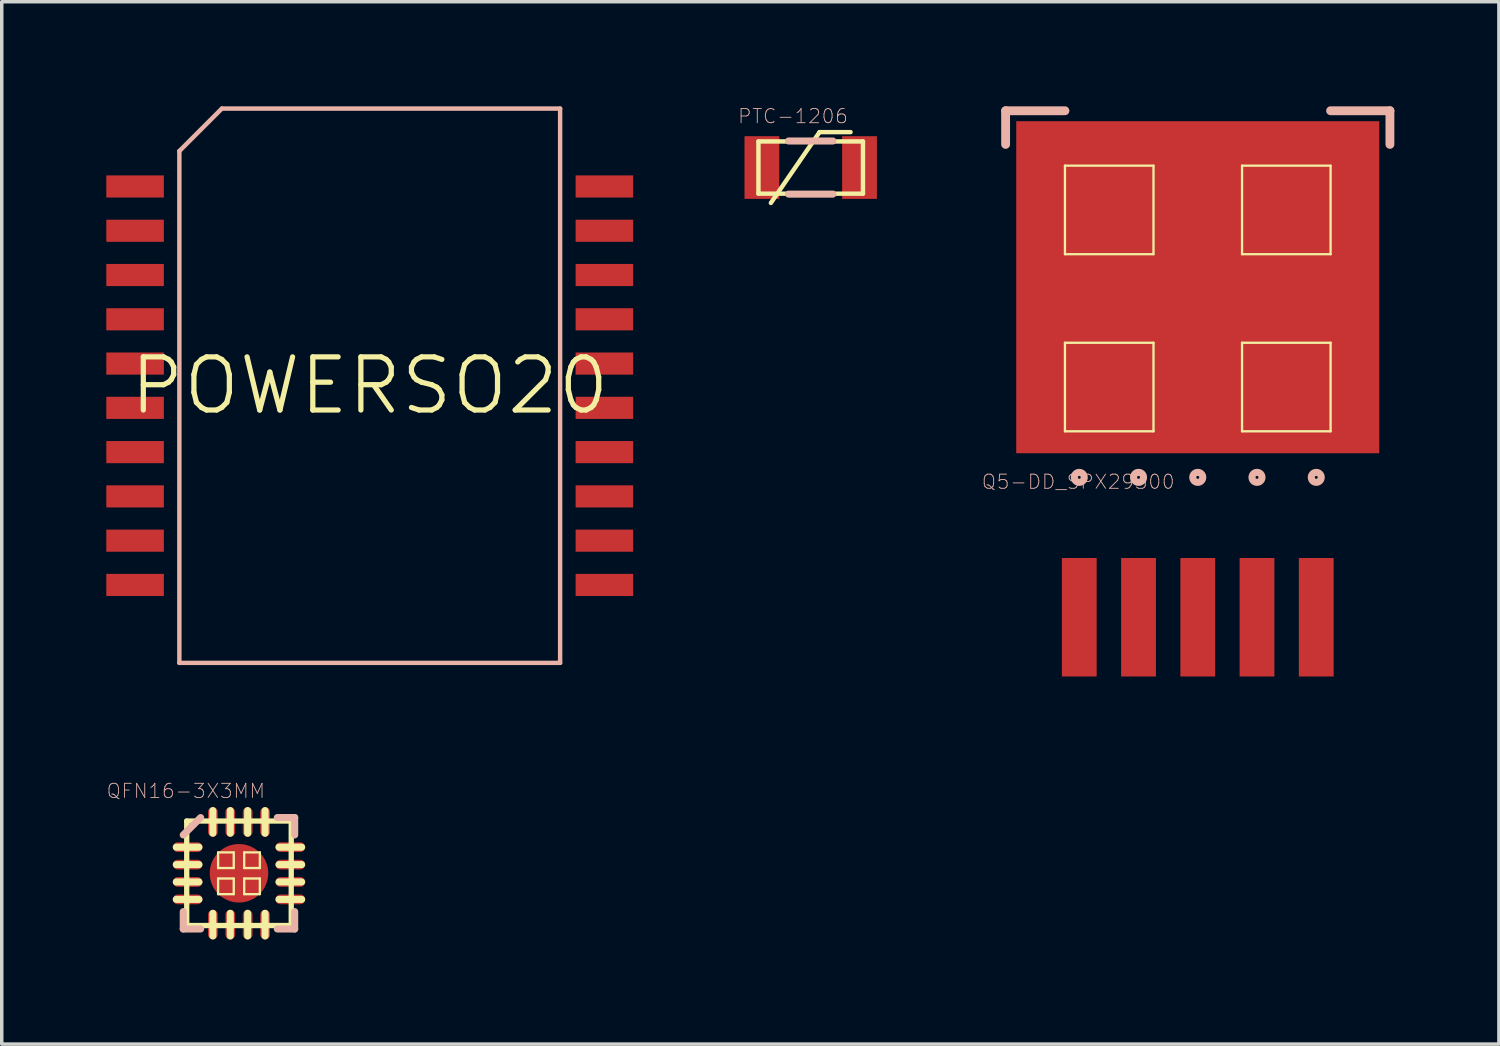
<source format=kicad_pcb>
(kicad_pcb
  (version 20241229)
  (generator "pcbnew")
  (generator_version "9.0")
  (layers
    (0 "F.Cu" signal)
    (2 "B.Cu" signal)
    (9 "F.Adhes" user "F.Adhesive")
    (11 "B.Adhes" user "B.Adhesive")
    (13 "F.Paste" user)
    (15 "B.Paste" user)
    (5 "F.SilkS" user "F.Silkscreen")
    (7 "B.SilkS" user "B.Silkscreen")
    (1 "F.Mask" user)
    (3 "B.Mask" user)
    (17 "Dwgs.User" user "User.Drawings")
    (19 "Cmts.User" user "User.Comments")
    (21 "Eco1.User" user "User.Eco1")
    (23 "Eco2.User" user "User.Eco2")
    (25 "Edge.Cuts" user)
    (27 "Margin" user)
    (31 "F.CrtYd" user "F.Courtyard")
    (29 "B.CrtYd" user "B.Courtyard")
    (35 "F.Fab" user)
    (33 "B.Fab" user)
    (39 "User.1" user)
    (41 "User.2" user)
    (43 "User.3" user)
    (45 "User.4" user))
  (footprint "POWERSO20"
    (layer "F.Cu")
    (at 7.556 8.014)
    (property "Reference" "POWERSO20" (at 0 0 0) (layer "F.SilkS") (effects (font (size 1.524 1.524) (thickness 0.15))))
    (attr smd)
    (fp_line (start -5.461 -6.731) (end -5.461 7.95) (stroke (width 0.127) (type solid)) (layer "B.SilkS"))
    (fp_line (start -5.461 -6.731) (end -4.242 -7.95) (stroke (width 0.127) (type solid)) (layer "B.SilkS"))
    (fp_line (start -5.461 7.95) (end 5.461 7.95) (stroke (width 0.127) (type solid)) (layer "B.SilkS"))
    (fp_line (start 5.461 -7.95) (end -4.242 -7.95) (stroke (width 0.127) (type solid)) (layer "B.SilkS"))
    (fp_line (start 5.461 -7.95) (end 5.461 7.95) (stroke (width 0.127) (type solid)) (layer "B.SilkS"))
    (pad "1" smd rect (at -6.731 -5.715) (size 1.651 0.635) (layers "F.Cu" "F.Mask" "F.Paste"))
    (pad "2" smd rect (at -6.731 -4.445) (size 1.651 0.635) (layers "F.Cu" "F.Mask" "F.Paste"))
    (pad "3" smd rect (at -6.731 -3.175) (size 1.651 0.635) (layers "F.Cu" "F.Mask" "F.Paste"))
    (pad "4" smd rect (at -6.731 -1.905) (size 1.651 0.635) (layers "F.Cu" "F.Mask" "F.Paste"))
    (pad "5" smd rect (at -6.731 -0.635) (size 1.651 0.635) (layers "F.Cu" "F.Mask" "F.Paste"))
    (pad "6" smd rect (at -6.731 0.635) (size 1.651 0.635) (layers "F.Cu" "F.Mask" "F.Paste"))
    (pad "7" smd rect (at -6.731 1.905) (size 1.651 0.635) (layers "F.Cu" "F.Mask" "F.Paste"))
    (pad "8" smd rect (at -6.731 3.175) (size 1.651 0.635) (layers "F.Cu" "F.Mask" "F.Paste"))
    (pad "9" smd rect (at -6.731 4.445) (size 1.651 0.635) (layers "F.Cu" "F.Mask" "F.Paste"))
    (pad "10" smd rect (at -6.731 5.715) (size 1.651 0.635) (layers "F.Cu" "F.Mask" "F.Paste"))
    (pad "11" smd rect (at 6.731 5.715) (size 1.651 0.635) (layers "F.Cu" "F.Mask" "F.Paste"))
    (pad "12" smd rect (at 6.731 4.445) (size 1.651 0.635) (layers "F.Cu" "F.Mask" "F.Paste"))
    (pad "13" smd rect (at 6.731 3.175) (size 1.651 0.635) (layers "F.Cu" "F.Mask" "F.Paste"))
    (pad "14" smd rect (at 6.731 1.905) (size 1.651 0.635) (layers "F.Cu" "F.Mask" "F.Paste"))
    (pad "15" smd rect (at 6.731 0.635) (size 1.651 0.635) (layers "F.Cu" "F.Mask" "F.Paste"))
    (pad "16" smd rect (at 6.731 -0.635) (size 1.651 0.635) (layers "F.Cu" "F.Mask" "F.Paste"))
    (pad "17" smd rect (at 6.731 -1.905) (size 1.651 0.635) (layers "F.Cu" "F.Mask" "F.Paste"))
    (pad "18" smd rect (at 6.731 -3.175) (size 1.651 0.635) (layers "F.Cu" "F.Mask" "F.Paste"))
    (pad "19" smd rect (at 6.731 -4.445) (size 1.651 0.635) (layers "F.Cu" "F.Mask" "F.Paste"))
    (pad "20" smd rect (at 6.731 -5.715) (size 1.651 0.635) (layers "F.Cu" "F.Mask" "F.Paste")))
  (footprint "PTC-1206"
    (layer "F.Cu")
    (at 20.205 1.756)
    (property "Reference" "PTC-1206" (at -0.508 -1.473 0) (layer "B.SilkS") (effects (font (size 0.406 0.406) (thickness 0.025))))
    (attr smd)
    (fp_line (start -1.499 -0.749) (end 1.499 -0.749) (stroke (width 0.127) (type solid)) (layer "F.SilkS"))
    (fp_line (start -1.499 0.749) (end -1.499 -0.749) (stroke (width 0.127) (type solid)) (layer "F.SilkS"))
    (fp_line (start -1.143 1.016) (end 0.254 -1.016) (stroke (width 0.127) (type solid)) (layer "F.SilkS"))
    (fp_line (start 0.254 -1.016) (end 1.143 -1.016) (stroke (width 0.127) (type solid)) (layer "F.SilkS"))
    (fp_line (start 1.499 -0.749) (end 1.499 0.749) (stroke (width 0.127) (type solid)) (layer "F.SilkS"))
    (fp_line (start 1.499 0.749) (end -1.499 0.749) (stroke (width 0.127) (type solid)) (layer "F.SilkS"))
    (fp_line (start -0.635 -0.762) (end 0.635 -0.762) (stroke (width 0.203) (type solid)) (layer "B.SilkS"))
    (fp_line (start 0.635 0.762) (end -0.635 0.762) (stroke (width 0.203) (type solid)) (layer "B.SilkS"))
    (pad "1" smd rect (at -1.4 0) (size 0.998 1.798) (layers "F.Cu" "F.Mask" "F.Paste"))
    (pad "2" smd rect (at 1.4 0) (size 0.998 1.798) (layers "F.Cu" "F.Mask" "F.Paste")))
  (footprint "Q5-DD_SPX29300"
    (layer "F.Cu")
    (at 31.308 6.782)
    (property "Reference" "Q5-DD_SPX29300" (at -3.429 3.988 0) (layer "B.SilkS") (effects (font (size 0.406 0.406) (thickness 0.025))))
    (attr smd)
    (fp_line (start -3.81 -5.08) (end -1.27 -5.08) (stroke (width 0.066) (type solid)) (layer "F.SilkS"))
    (fp_line (start -3.81 -2.54) (end -3.81 -5.08) (stroke (width 0.066) (type solid)) (layer "F.SilkS"))
    (fp_line (start -3.81 -2.54) (end -1.27 -2.54) (stroke (width 0.066) (type solid)) (layer "F.SilkS"))
    (fp_line (start -3.81 0) (end -1.27 0) (stroke (width 0.066) (type solid)) (layer "F.SilkS"))
    (fp_line (start -3.81 2.54) (end -3.81 0) (stroke (width 0.066) (type solid)) (layer "F.SilkS"))
    (fp_line (start -3.81 2.54) (end -1.27 2.54) (stroke (width 0.066) (type solid)) (layer "F.SilkS"))
    (fp_line (start -1.27 -2.54) (end -1.27 -5.08) (stroke (width 0.066) (type solid)) (layer "F.SilkS"))
    (fp_line (start -1.27 2.54) (end -1.27 0) (stroke (width 0.066) (type solid)) (layer "F.SilkS"))
    (fp_line (start 1.27 -5.08) (end 3.81 -5.08) (stroke (width 0.066) (type solid)) (layer "F.SilkS"))
    (fp_line (start 1.27 -2.54) (end 1.27 -5.08) (stroke (width 0.066) (type solid)) (layer "F.SilkS"))
    (fp_line (start 1.27 -2.54) (end 3.81 -2.54) (stroke (width 0.066) (type solid)) (layer "F.SilkS"))
    (fp_line (start 1.27 0) (end 3.81 0) (stroke (width 0.066) (type solid)) (layer "F.SilkS"))
    (fp_line (start 1.27 2.54) (end 1.27 0) (stroke (width 0.066) (type solid)) (layer "F.SilkS"))
    (fp_line (start 1.27 2.54) (end 3.81 2.54) (stroke (width 0.066) (type solid)) (layer "F.SilkS"))
    (fp_line (start 3.81 -2.54) (end 3.81 -5.08) (stroke (width 0.066) (type solid)) (layer "F.SilkS"))
    (fp_line (start 3.81 2.54) (end 3.81 0) (stroke (width 0.066) (type solid)) (layer "F.SilkS"))
    (fp_line (start -5.512 -6.655) (end -3.81 -6.655) (stroke (width 0.254) (type solid)) (layer "B.SilkS"))
    (fp_line (start -5.512 -5.69) (end -5.512 -6.655) (stroke (width 0.254) (type solid)) (layer "B.SilkS"))
    (fp_line (start 5.512 -6.655) (end 3.81 -6.655) (stroke (width 0.254) (type solid)) (layer "B.SilkS"))
    (fp_line (start 5.512 -5.69) (end 5.512 -6.655) (stroke (width 0.254) (type solid)) (layer "B.SilkS"))
    (fp_circle (center -3.399 3.861) (end -3.5 3.962) (stroke (width 0.203) (type solid)) (fill no) (layer "B.SilkS"))
    (fp_circle (center -1.699 3.861) (end -1.801 3.962) (stroke (width 0.203) (type solid)) (fill no) (layer "B.SilkS"))
    (fp_circle (center 0 3.861) (end -0.102 3.962) (stroke (width 0.203) (type solid)) (fill no) (layer "B.SilkS"))
    (fp_circle (center 1.699 3.861) (end 1.801 3.962) (stroke (width 0.203) (type solid)) (fill no) (layer "B.SilkS"))
    (fp_circle (center 3.399 3.861) (end 3.5 3.962) (stroke (width 0.203) (type solid)) (fill no) (layer "B.SilkS"))
    (pad "1" smd rect (at -3.399 7.874) (size 0.998 3.399) (layers "F.Cu" "F.Mask" "F.Paste"))
    (pad "2" smd rect (at -1.699 7.874) (size 0.998 3.399) (layers "F.Cu" "F.Mask" "F.Paste"))
    (pad "3" smd rect (at 0 7.874) (size 0.998 3.399) (layers "F.Cu" "F.Mask" "F.Paste"))
    (pad "4" smd rect (at 1.699 7.874) (size 0.998 3.399) (layers "F.Cu" "F.Mask" "F.Paste"))
    (pad "5" smd rect (at 3.399 7.874) (size 0.998 3.399) (layers "F.Cu" "F.Mask" "F.Paste"))
    (pad "6" smd rect (at 0 -1.593) (size 10.414 9.525) (layers "F.Cu" "F.Mask" "F.Paste")))
  (footprint "QFN16-3X3MM"
    (layer "F.Cu")
    (at 3.805 22)
    (property "Reference" "QFN16-3X3MM" (at -1.524 -2.362 0) (layer "B.SilkS") (effects (font (size 0.406 0.406) (thickness 0.025))))
    (attr smd)
    (fp_line (start -1.798 -0.749) (end -1.148 -0.749) (stroke (width 0.203) (type solid)) (layer "F.SilkS"))
    (fp_line (start -1.798 -0.249) (end -1.148 -0.249) (stroke (width 0.203) (type solid)) (layer "F.SilkS"))
    (fp_line (start -1.798 0.249) (end -1.148 0.249) (stroke (width 0.203) (type solid)) (layer "F.SilkS"))
    (fp_line (start -1.798 0.749) (end -1.148 0.749) (stroke (width 0.203) (type solid)) (layer "F.SilkS"))
    (fp_line (start -1.499 -1.499) (end -1.499 1.499) (stroke (width 0.152) (type solid)) (layer "F.SilkS"))
    (fp_line (start -1.499 1.499) (end 1.499 1.499) (stroke (width 0.152) (type solid)) (layer "F.SilkS"))
    (fp_line (start -0.749 -1.798) (end -0.749 -1.148) (stroke (width 0.203) (type solid)) (layer "F.SilkS"))
    (fp_line (start -0.749 1.798) (end -0.749 1.148) (stroke (width 0.203) (type solid)) (layer "F.SilkS"))
    (fp_line (start -0.599 -0.599) (end -0.15 -0.599) (stroke (width 0.066) (type solid)) (layer "F.SilkS"))
    (fp_line (start -0.599 -0.15) (end -0.599 -0.599) (stroke (width 0.066) (type solid)) (layer "F.SilkS"))
    (fp_line (start -0.599 -0.15) (end -0.15 -0.15) (stroke (width 0.066) (type solid)) (layer "F.SilkS"))
    (fp_line (start -0.599 0.15) (end -0.15 0.15) (stroke (width 0.066) (type solid)) (layer "F.SilkS"))
    (fp_line (start -0.599 0.599) (end -0.599 0.15) (stroke (width 0.066) (type solid)) (layer "F.SilkS"))
    (fp_line (start -0.599 0.599) (end -0.15 0.599) (stroke (width 0.066) (type solid)) (layer "F.SilkS"))
    (fp_line (start -0.249 -1.798) (end -0.249 -1.148) (stroke (width 0.203) (type solid)) (layer "F.SilkS"))
    (fp_line (start -0.249 1.798) (end -0.249 1.148) (stroke (width 0.203) (type solid)) (layer "F.SilkS"))
    (fp_line (start -0.15 -0.15) (end -0.15 -0.599) (stroke (width 0.066) (type solid)) (layer "F.SilkS"))
    (fp_line (start -0.15 0.599) (end -0.15 0.15) (stroke (width 0.066) (type solid)) (layer "F.SilkS"))
    (fp_line (start 0.15 -0.599) (end 0.599 -0.599) (stroke (width 0.066) (type solid)) (layer "F.SilkS"))
    (fp_line (start 0.15 -0.15) (end 0.15 -0.599) (stroke (width 0.066) (type solid)) (layer "F.SilkS"))
    (fp_line (start 0.15 -0.15) (end 0.599 -0.15) (stroke (width 0.066) (type solid)) (layer "F.SilkS"))
    (fp_line (start 0.15 0.15) (end 0.599 0.15) (stroke (width 0.066) (type solid)) (layer "F.SilkS"))
    (fp_line (start 0.15 0.599) (end 0.15 0.15) (stroke (width 0.066) (type solid)) (layer "F.SilkS"))
    (fp_line (start 0.15 0.599) (end 0.599 0.599) (stroke (width 0.066) (type solid)) (layer "F.SilkS"))
    (fp_line (start 0.249 -1.798) (end 0.249 -1.148) (stroke (width 0.203) (type solid)) (layer "F.SilkS"))
    (fp_line (start 0.249 1.798) (end 0.249 1.148) (stroke (width 0.203) (type solid)) (layer "F.SilkS"))
    (fp_line (start 0.599 -0.15) (end 0.599 -0.599) (stroke (width 0.066) (type solid)) (layer "F.SilkS"))
    (fp_line (start 0.599 0.599) (end 0.599 0.15) (stroke (width 0.066) (type solid)) (layer "F.SilkS"))
    (fp_line (start 0.749 -1.798) (end 0.749 -1.148) (stroke (width 0.203) (type solid)) (layer "F.SilkS"))
    (fp_line (start 0.749 1.798) (end 0.749 1.148) (stroke (width 0.203) (type solid)) (layer "F.SilkS"))
    (fp_line (start 1.499 -1.499) (end -1.499 -1.499) (stroke (width 0.152) (type solid)) (layer "F.SilkS"))
    (fp_line (start 1.499 1.499) (end 1.499 -1.499) (stroke (width 0.152) (type solid)) (layer "F.SilkS"))
    (fp_line (start 1.798 -0.749) (end 1.148 -0.749) (stroke (width 0.203) (type solid)) (layer "F.SilkS"))
    (fp_line (start 1.798 -0.249) (end 1.148 -0.249) (stroke (width 0.203) (type solid)) (layer "F.SilkS"))
    (fp_line (start 1.798 0.249) (end 1.148 0.249) (stroke (width 0.203) (type solid)) (layer "F.SilkS"))
    (fp_line (start 1.798 0.749) (end 1.148 0.749) (stroke (width 0.203) (type solid)) (layer "F.SilkS"))
    (fp_line (start -1.598 -1.1) (end -1.1 -1.598) (stroke (width 0.203) (type solid)) (layer "B.SilkS"))
    (fp_line (start -1.598 1.598) (end -1.598 1.1) (stroke (width 0.203) (type solid)) (layer "B.SilkS"))
    (fp_line (start -1.1 1.598) (end -1.598 1.598) (stroke (width 0.203) (type solid)) (layer "B.SilkS"))
    (fp_line (start 1.1 -1.598) (end 1.598 -1.598) (stroke (width 0.203) (type solid)) (layer "B.SilkS"))
    (fp_line (start 1.598 -1.598) (end 1.598 -1.1) (stroke (width 0.203) (type solid)) (layer "B.SilkS"))
    (fp_line (start 1.598 1.1) (end 1.598 1.598) (stroke (width 0.203) (type solid)) (layer "B.SilkS"))
    (fp_line (start 1.598 1.598) (end 1.1 1.598) (stroke (width 0.203) (type solid)) (layer "B.SilkS"))
    (pad "1" smd oval (at -1.473 -0.749) (size 0.848 0.279) (layers "F.Cu" "F.Mask" "F.Paste"))
    (pad "2" smd oval (at -1.473 -0.249) (size 0.848 0.279) (layers "F.Cu" "F.Mask" "F.Paste"))
    (pad "3" smd oval (at -1.473 0.249) (size 0.848 0.279) (layers "F.Cu" "F.Mask" "F.Paste"))
    (pad "4" smd oval (at -1.473 0.749) (size 0.848 0.279) (layers "F.Cu" "F.Mask" "F.Paste"))
    (pad "5" smd oval (at -0.749 1.473 90) (size 0.848 0.279) (layers "F.Cu" "F.Mask" "F.Paste"))
    (pad "6" smd oval (at -0.249 1.473 90) (size 0.848 0.279) (layers "F.Cu" "F.Mask" "F.Paste"))
    (pad "7" smd oval (at 0.249 1.473 90) (size 0.848 0.279) (layers "F.Cu" "F.Mask" "F.Paste"))
    (pad "8" smd oval (at 0.749 1.473 90) (size 0.848 0.279) (layers "F.Cu" "F.Mask" "F.Paste"))
    (pad "9" smd oval (at 1.473 0.749 180) (size 0.848 0.279) (layers "F.Cu" "F.Mask" "F.Paste"))
    (pad "10" smd oval (at 1.473 0.249 180) (size 0.848 0.279) (layers "F.Cu" "F.Mask" "F.Paste"))
    (pad "11" smd oval (at 1.473 -0.249 180) (size 0.848 0.279) (layers "F.Cu" "F.Mask" "F.Paste"))
    (pad "12" smd oval (at 1.473 -0.749 180) (size 0.848 0.279) (layers "F.Cu" "F.Mask" "F.Paste"))
    (pad "13" smd oval (at 0.749 -1.473 270) (size 0.848 0.279) (layers "F.Cu" "F.Mask" "F.Paste"))
    (pad "14" smd oval (at 0.249 -1.473 270) (size 0.848 0.279) (layers "F.Cu" "F.Mask" "F.Paste"))
    (pad "15" smd oval (at -0.249 -1.473 270) (size 0.848 0.279) (layers "F.Cu" "F.Mask" "F.Paste"))
    (pad "16" smd oval (at -0.749 -1.473 270) (size 0.848 0.279) (layers "F.Cu" "F.Mask" "F.Paste"))
    (pad "EXT" smd oval (at 0 0) (size 1.679 1.679) (layers "F.Cu" "F.Mask" "F.Paste")))
  (gr_rect
    (start -3 -3)
    (end 39.946 26.9)
    (stroke (width 0.1) (type default))
    (fill no)
    (layer "Edge.Cuts")))
</source>
